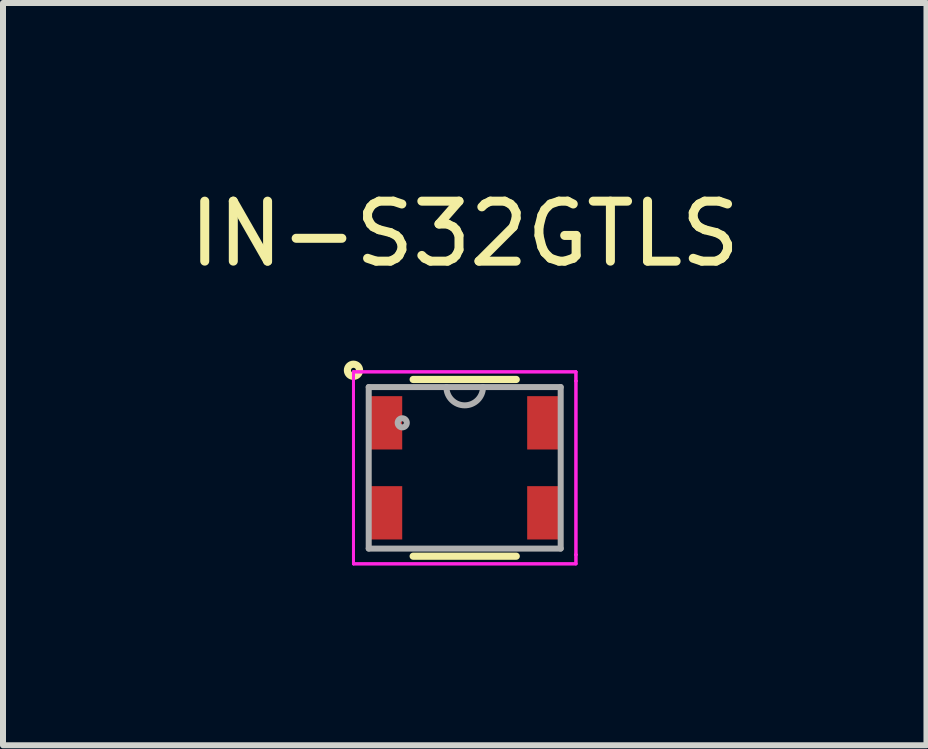
<source format=kicad_pcb>
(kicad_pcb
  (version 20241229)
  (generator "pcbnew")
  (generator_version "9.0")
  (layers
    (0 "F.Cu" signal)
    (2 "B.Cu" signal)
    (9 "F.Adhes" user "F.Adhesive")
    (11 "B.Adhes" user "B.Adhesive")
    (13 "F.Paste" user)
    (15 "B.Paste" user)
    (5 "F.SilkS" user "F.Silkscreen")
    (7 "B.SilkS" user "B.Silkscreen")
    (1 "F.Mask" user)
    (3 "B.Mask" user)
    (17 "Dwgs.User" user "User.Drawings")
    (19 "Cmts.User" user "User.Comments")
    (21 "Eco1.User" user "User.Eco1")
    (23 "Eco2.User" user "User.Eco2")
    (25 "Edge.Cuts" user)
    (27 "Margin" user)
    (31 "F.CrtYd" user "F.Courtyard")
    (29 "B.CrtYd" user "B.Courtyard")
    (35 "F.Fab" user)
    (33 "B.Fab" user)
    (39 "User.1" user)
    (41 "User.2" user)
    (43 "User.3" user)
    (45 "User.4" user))
  (footprint "IN-S32GTLS"
    (layer "F.Cu")
    (at 4.696 4.748)
    (property "Reference" "IN-S32GTLS" (at 0 -3.9 0) (layer "F.SilkS") (effects (font (size 1 1) (thickness 0.15))))
    (attr smd)
    (fp_line (start -0.859 1.473) (end 0.859 1.473) (stroke (width 0.12) (type solid)) (layer "F.SilkS"))
    (fp_line (start 0.859 -1.473) (end -0.859 -1.473) (stroke (width 0.12) (type solid)) (layer "F.SilkS"))
    (fp_circle (center -1.854 -1.626) (end -1.753 -1.626) (stroke (width 0.12) (type solid)) (fill no) (layer "F.SilkS"))
    (fp_line (start -1.854 -1.6) (end 1.854 -1.6) (stroke (width 0.05) (type solid)) (layer "F.CrtYd"))
    (fp_line (start -1.854 -1.6) (end 1.854 -1.6) (stroke (width 0.05) (type solid)) (layer "F.CrtYd"))
    (fp_line (start -1.854 -1.448) (end -1.854 -1.6) (stroke (width 0.05) (type solid)) (layer "F.CrtYd"))
    (fp_line (start -1.854 -1.448) (end -1.854 -1.6) (stroke (width 0.05) (type solid)) (layer "F.CrtYd"))
    (fp_line (start -1.854 -1.448) (end -1.854 -1.448) (stroke (width 0.05) (type solid)) (layer "F.CrtYd"))
    (fp_line (start -1.854 -1.448) (end -1.854 -1.448) (stroke (width 0.05) (type solid)) (layer "F.CrtYd"))
    (fp_line (start -1.854 1.448) (end -1.854 -1.448) (stroke (width 0.05) (type solid)) (layer "F.CrtYd"))
    (fp_line (start -1.854 1.448) (end -1.854 -1.448) (stroke (width 0.05) (type solid)) (layer "F.CrtYd"))
    (fp_line (start -1.854 1.448) (end -1.854 1.448) (stroke (width 0.05) (type solid)) (layer "F.CrtYd"))
    (fp_line (start -1.854 1.448) (end -1.854 1.448) (stroke (width 0.05) (type solid)) (layer "F.CrtYd"))
    (fp_line (start -1.854 1.6) (end -1.854 1.448) (stroke (width 0.05) (type solid)) (layer "F.CrtYd"))
    (fp_line (start -1.854 1.6) (end -1.854 1.448) (stroke (width 0.05) (type solid)) (layer "F.CrtYd"))
    (fp_line (start 1.854 -1.6) (end 1.854 -1.448) (stroke (width 0.05) (type solid)) (layer "F.CrtYd"))
    (fp_line (start 1.854 -1.6) (end 1.854 -1.448) (stroke (width 0.05) (type solid)) (layer "F.CrtYd"))
    (fp_line (start 1.854 -1.448) (end 1.854 -1.448) (stroke (width 0.05) (type solid)) (layer "F.CrtYd"))
    (fp_line (start 1.854 -1.448) (end 1.854 -1.448) (stroke (width 0.05) (type solid)) (layer "F.CrtYd"))
    (fp_line (start 1.854 -1.448) (end 1.854 1.448) (stroke (width 0.05) (type solid)) (layer "F.CrtYd"))
    (fp_line (start 1.854 -1.448) (end 1.854 1.448) (stroke (width 0.05) (type solid)) (layer "F.CrtYd"))
    (fp_line (start 1.854 1.448) (end 1.854 1.448) (stroke (width 0.05) (type solid)) (layer "F.CrtYd"))
    (fp_line (start 1.854 1.448) (end 1.854 1.448) (stroke (width 0.05) (type solid)) (layer "F.CrtYd"))
    (fp_line (start 1.854 1.448) (end 1.854 1.6) (stroke (width 0.05) (type solid)) (layer "F.CrtYd"))
    (fp_line (start 1.854 1.448) (end 1.854 1.6) (stroke (width 0.05) (type solid)) (layer "F.CrtYd"))
    (fp_line (start 1.854 1.6) (end -1.854 1.6) (stroke (width 0.05) (type solid)) (layer "F.CrtYd"))
    (fp_line (start 1.854 1.6) (end -1.854 1.6) (stroke (width 0.05) (type solid)) (layer "F.CrtYd"))
    (fp_line (start -1.6 -1.346) (end -1.6 1.346) (stroke (width 0.1) (type solid)) (layer "F.Fab"))
    (fp_line (start -1.6 1.346) (end 1.6 1.346) (stroke (width 0.1) (type solid)) (layer "F.Fab"))
    (fp_line (start 1.6 -1.346) (end -1.6 -1.346) (stroke (width 0.1) (type solid)) (layer "F.Fab"))
    (fp_line (start 1.6 1.346) (end 1.6 -1.346) (stroke (width 0.1) (type solid)) (layer "F.Fab"))
    (fp_arc (start 0.3048 -1.3462) (mid 0 -1.0414) (end -0.3048 -1.3462) (stroke (width 0.1) (type solid)) (layer "F.Fab"))
    (fp_circle (center -1.041 -0.75) (end -0.965 -0.75) (stroke (width 0.1) (type solid)) (fill no) (layer "F.Fab"))
    (pad "1" smd rect (at -1.321 -0.75) (size 0.559 0.889) (layers "F.Cu" "F.Mask" "F.Paste"))
    (pad "2" smd rect (at -1.321 0.75) (size 0.559 0.889) (layers "F.Cu" "F.Mask" "F.Paste"))
    (pad "3" smd rect (at 1.321 0.75) (size 0.559 0.889) (layers "F.Cu" "F.Mask" "F.Paste"))
    (pad "4" smd rect (at 1.321 -0.75) (size 0.559 0.889) (layers "F.Cu" "F.Mask" "F.Paste")))
  (gr_rect
    (start -3 -3)
    (end 12.393 9.373)
    (stroke (width 0.1) (type default))
    (fill no)
    (layer "Edge.Cuts")))
</source>
